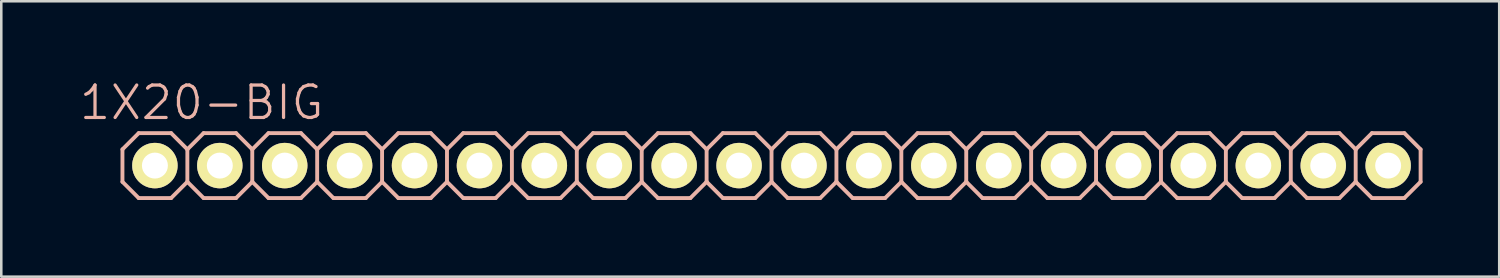
<source format=kicad_pcb>
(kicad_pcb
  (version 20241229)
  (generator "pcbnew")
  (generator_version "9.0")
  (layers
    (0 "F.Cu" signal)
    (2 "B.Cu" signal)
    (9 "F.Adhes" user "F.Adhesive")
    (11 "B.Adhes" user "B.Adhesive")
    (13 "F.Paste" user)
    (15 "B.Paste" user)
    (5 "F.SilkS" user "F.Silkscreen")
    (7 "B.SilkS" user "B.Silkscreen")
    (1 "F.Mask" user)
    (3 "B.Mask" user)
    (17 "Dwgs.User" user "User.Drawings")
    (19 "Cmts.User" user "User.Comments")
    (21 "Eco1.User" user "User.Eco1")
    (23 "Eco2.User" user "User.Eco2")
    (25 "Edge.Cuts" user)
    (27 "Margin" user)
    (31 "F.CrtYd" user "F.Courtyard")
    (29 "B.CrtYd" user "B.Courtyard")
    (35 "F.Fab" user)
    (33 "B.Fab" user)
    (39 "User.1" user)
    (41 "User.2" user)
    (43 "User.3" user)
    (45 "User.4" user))
  (footprint "1X20-BIG"
    (layer "F.Cu")
    (at 27.142 3.43)
    (property "Reference" "1X20-BIG" (at -22.301 -2.464 0) (layer "B.SilkS") (effects (font (size 1.27 1.27) (thickness 0.127))))
    (attr exclude_from_pos_files exclude_from_bom)
    (fp_line (start -24.384 -0.254) (end -23.876 -0.254) (stroke (width 0.066) (type solid)) (layer "F.SilkS"))
    (fp_line (start -24.384 0.254) (end -24.384 -0.254) (stroke (width 0.066) (type solid)) (layer "F.SilkS"))
    (fp_line (start -24.384 0.254) (end -23.876 0.254) (stroke (width 0.066) (type solid)) (layer "F.SilkS"))
    (fp_line (start -23.876 0.254) (end -23.876 -0.254) (stroke (width 0.066) (type solid)) (layer "F.SilkS"))
    (fp_line (start -21.844 -0.254) (end -21.336 -0.254) (stroke (width 0.066) (type solid)) (layer "F.SilkS"))
    (fp_line (start -21.844 0.254) (end -21.844 -0.254) (stroke (width 0.066) (type solid)) (layer "F.SilkS"))
    (fp_line (start -21.844 0.254) (end -21.336 0.254) (stroke (width 0.066) (type solid)) (layer "F.SilkS"))
    (fp_line (start -21.336 0.254) (end -21.336 -0.254) (stroke (width 0.066) (type solid)) (layer "F.SilkS"))
    (fp_line (start -19.304 -0.254) (end -18.796 -0.254) (stroke (width 0.066) (type solid)) (layer "F.SilkS"))
    (fp_line (start -19.304 0.254) (end -19.304 -0.254) (stroke (width 0.066) (type solid)) (layer "F.SilkS"))
    (fp_line (start -19.304 0.254) (end -18.796 0.254) (stroke (width 0.066) (type solid)) (layer "F.SilkS"))
    (fp_line (start -18.796 0.254) (end -18.796 -0.254) (stroke (width 0.066) (type solid)) (layer "F.SilkS"))
    (fp_line (start -16.764 -0.254) (end -16.256 -0.254) (stroke (width 0.066) (type solid)) (layer "F.SilkS"))
    (fp_line (start -16.764 0.254) (end -16.764 -0.254) (stroke (width 0.066) (type solid)) (layer "F.SilkS"))
    (fp_line (start -16.764 0.254) (end -16.256 0.254) (stroke (width 0.066) (type solid)) (layer "F.SilkS"))
    (fp_line (start -16.256 0.254) (end -16.256 -0.254) (stroke (width 0.066) (type solid)) (layer "F.SilkS"))
    (fp_line (start -14.224 -0.254) (end -13.716 -0.254) (stroke (width 0.066) (type solid)) (layer "F.SilkS"))
    (fp_line (start -14.224 0.254) (end -14.224 -0.254) (stroke (width 0.066) (type solid)) (layer "F.SilkS"))
    (fp_line (start -14.224 0.254) (end -13.716 0.254) (stroke (width 0.066) (type solid)) (layer "F.SilkS"))
    (fp_line (start -13.716 0.254) (end -13.716 -0.254) (stroke (width 0.066) (type solid)) (layer "F.SilkS"))
    (fp_line (start -11.684 -0.254) (end -11.176 -0.254) (stroke (width 0.066) (type solid)) (layer "F.SilkS"))
    (fp_line (start -11.684 0.254) (end -11.684 -0.254) (stroke (width 0.066) (type solid)) (layer "F.SilkS"))
    (fp_line (start -11.684 0.254) (end -11.176 0.254) (stroke (width 0.066) (type solid)) (layer "F.SilkS"))
    (fp_line (start -11.176 0.254) (end -11.176 -0.254) (stroke (width 0.066) (type solid)) (layer "F.SilkS"))
    (fp_line (start -9.144 -0.254) (end -8.636 -0.254) (stroke (width 0.066) (type solid)) (layer "F.SilkS"))
    (fp_line (start -9.144 0.254) (end -9.144 -0.254) (stroke (width 0.066) (type solid)) (layer "F.SilkS"))
    (fp_line (start -9.144 0.254) (end -8.636 0.254) (stroke (width 0.066) (type solid)) (layer "F.SilkS"))
    (fp_line (start -8.636 0.254) (end -8.636 -0.254) (stroke (width 0.066) (type solid)) (layer "F.SilkS"))
    (fp_line (start -6.604 -0.254) (end -6.096 -0.254) (stroke (width 0.066) (type solid)) (layer "F.SilkS"))
    (fp_line (start -6.604 0.254) (end -6.604 -0.254) (stroke (width 0.066) (type solid)) (layer "F.SilkS"))
    (fp_line (start -6.604 0.254) (end -6.096 0.254) (stroke (width 0.066) (type solid)) (layer "F.SilkS"))
    (fp_line (start -6.096 0.254) (end -6.096 -0.254) (stroke (width 0.066) (type solid)) (layer "F.SilkS"))
    (fp_line (start -4.064 -0.254) (end -3.556 -0.254) (stroke (width 0.066) (type solid)) (layer "F.SilkS"))
    (fp_line (start -4.064 0.254) (end -4.064 -0.254) (stroke (width 0.066) (type solid)) (layer "F.SilkS"))
    (fp_line (start -4.064 0.254) (end -3.556 0.254) (stroke (width 0.066) (type solid)) (layer "F.SilkS"))
    (fp_line (start -3.556 0.254) (end -3.556 -0.254) (stroke (width 0.066) (type solid)) (layer "F.SilkS"))
    (fp_line (start -1.524 -0.254) (end -1.016 -0.254) (stroke (width 0.066) (type solid)) (layer "F.SilkS"))
    (fp_line (start -1.524 0.254) (end -1.524 -0.254) (stroke (width 0.066) (type solid)) (layer "F.SilkS"))
    (fp_line (start -1.524 0.254) (end -1.016 0.254) (stroke (width 0.066) (type solid)) (layer "F.SilkS"))
    (fp_line (start -1.016 0.254) (end -1.016 -0.254) (stroke (width 0.066) (type solid)) (layer "F.SilkS"))
    (fp_line (start 1.016 -0.254) (end 1.524 -0.254) (stroke (width 0.066) (type solid)) (layer "F.SilkS"))
    (fp_line (start 1.016 0.254) (end 1.016 -0.254) (stroke (width 0.066) (type solid)) (layer "F.SilkS"))
    (fp_line (start 1.016 0.254) (end 1.524 0.254) (stroke (width 0.066) (type solid)) (layer "F.SilkS"))
    (fp_line (start 1.524 0.254) (end 1.524 -0.254) (stroke (width 0.066) (type solid)) (layer "F.SilkS"))
    (fp_line (start 3.556 -0.254) (end 4.064 -0.254) (stroke (width 0.066) (type solid)) (layer "F.SilkS"))
    (fp_line (start 3.556 0.254) (end 3.556 -0.254) (stroke (width 0.066) (type solid)) (layer "F.SilkS"))
    (fp_line (start 3.556 0.254) (end 4.064 0.254) (stroke (width 0.066) (type solid)) (layer "F.SilkS"))
    (fp_line (start 4.064 0.254) (end 4.064 -0.254) (stroke (width 0.066) (type solid)) (layer "F.SilkS"))
    (fp_line (start 6.096 -0.254) (end 6.604 -0.254) (stroke (width 0.066) (type solid)) (layer "F.SilkS"))
    (fp_line (start 6.096 0.254) (end 6.096 -0.254) (stroke (width 0.066) (type solid)) (layer "F.SilkS"))
    (fp_line (start 6.096 0.254) (end 6.604 0.254) (stroke (width 0.066) (type solid)) (layer "F.SilkS"))
    (fp_line (start 6.604 0.254) (end 6.604 -0.254) (stroke (width 0.066) (type solid)) (layer "F.SilkS"))
    (fp_line (start 8.636 -0.254) (end 9.144 -0.254) (stroke (width 0.066) (type solid)) (layer "F.SilkS"))
    (fp_line (start 8.636 0.254) (end 8.636 -0.254) (stroke (width 0.066) (type solid)) (layer "F.SilkS"))
    (fp_line (start 8.636 0.254) (end 9.144 0.254) (stroke (width 0.066) (type solid)) (layer "F.SilkS"))
    (fp_line (start 9.144 0.254) (end 9.144 -0.254) (stroke (width 0.066) (type solid)) (layer "F.SilkS"))
    (fp_line (start 11.176 -0.254) (end 11.684 -0.254) (stroke (width 0.066) (type solid)) (layer "F.SilkS"))
    (fp_line (start 11.176 0.254) (end 11.176 -0.254) (stroke (width 0.066) (type solid)) (layer "F.SilkS"))
    (fp_line (start 11.176 0.254) (end 11.684 0.254) (stroke (width 0.066) (type solid)) (layer "F.SilkS"))
    (fp_line (start 11.684 0.254) (end 11.684 -0.254) (stroke (width 0.066) (type solid)) (layer "F.SilkS"))
    (fp_line (start 13.716 -0.254) (end 14.224 -0.254) (stroke (width 0.066) (type solid)) (layer "F.SilkS"))
    (fp_line (start 13.716 0.254) (end 13.716 -0.254) (stroke (width 0.066) (type solid)) (layer "F.SilkS"))
    (fp_line (start 13.716 0.254) (end 14.224 0.254) (stroke (width 0.066) (type solid)) (layer "F.SilkS"))
    (fp_line (start 14.224 0.254) (end 14.224 -0.254) (stroke (width 0.066) (type solid)) (layer "F.SilkS"))
    (fp_line (start 16.256 -0.254) (end 16.764 -0.254) (stroke (width 0.066) (type solid)) (layer "F.SilkS"))
    (fp_line (start 16.256 0.254) (end 16.256 -0.254) (stroke (width 0.066) (type solid)) (layer "F.SilkS"))
    (fp_line (start 16.256 0.254) (end 16.764 0.254) (stroke (width 0.066) (type solid)) (layer "F.SilkS"))
    (fp_line (start 16.764 0.254) (end 16.764 -0.254) (stroke (width 0.066) (type solid)) (layer "F.SilkS"))
    (fp_line (start 18.796 -0.254) (end 19.304 -0.254) (stroke (width 0.066) (type solid)) (layer "F.SilkS"))
    (fp_line (start 18.796 0.254) (end 18.796 -0.254) (stroke (width 0.066) (type solid)) (layer "F.SilkS"))
    (fp_line (start 18.796 0.254) (end 19.304 0.254) (stroke (width 0.066) (type solid)) (layer "F.SilkS"))
    (fp_line (start 19.304 0.254) (end 19.304 -0.254) (stroke (width 0.066) (type solid)) (layer "F.SilkS"))
    (fp_line (start 21.336 -0.254) (end 21.844 -0.254) (stroke (width 0.066) (type solid)) (layer "F.SilkS"))
    (fp_line (start 21.336 0.254) (end 21.336 -0.254) (stroke (width 0.066) (type solid)) (layer "F.SilkS"))
    (fp_line (start 21.336 0.254) (end 21.844 0.254) (stroke (width 0.066) (type solid)) (layer "F.SilkS"))
    (fp_line (start 21.844 0.254) (end 21.844 -0.254) (stroke (width 0.066) (type solid)) (layer "F.SilkS"))
    (fp_line (start 23.876 -0.254) (end 24.384 -0.254) (stroke (width 0.066) (type solid)) (layer "F.SilkS"))
    (fp_line (start 23.876 0.254) (end 23.876 -0.254) (stroke (width 0.066) (type solid)) (layer "F.SilkS"))
    (fp_line (start 23.876 0.254) (end 24.384 0.254) (stroke (width 0.066) (type solid)) (layer "F.SilkS"))
    (fp_line (start 24.384 0.254) (end 24.384 -0.254) (stroke (width 0.066) (type solid)) (layer "F.SilkS"))
    (fp_line (start -25.4 -0.635) (end -25.4 0.635) (stroke (width 0.152) (type solid)) (layer "B.SilkS"))
    (fp_line (start -25.4 0.635) (end -24.765 1.27) (stroke (width 0.152) (type solid)) (layer "B.SilkS"))
    (fp_line (start -24.765 -1.27) (end -25.4 -0.635) (stroke (width 0.152) (type solid)) (layer "B.SilkS"))
    (fp_line (start -24.765 -1.27) (end -23.495 -1.27) (stroke (width 0.152) (type solid)) (layer "B.SilkS"))
    (fp_line (start -23.495 -1.27) (end -22.86 -0.635) (stroke (width 0.152) (type solid)) (layer "B.SilkS"))
    (fp_line (start -23.495 1.27) (end -24.765 1.27) (stroke (width 0.152) (type solid)) (layer "B.SilkS"))
    (fp_line (start -22.86 -0.635) (end -22.86 0.635) (stroke (width 0.152) (type solid)) (layer "B.SilkS"))
    (fp_line (start -22.86 -0.635) (end -22.225 -1.27) (stroke (width 0.152) (type solid)) (layer "B.SilkS"))
    (fp_line (start -22.86 0.635) (end -23.495 1.27) (stroke (width 0.152) (type solid)) (layer "B.SilkS"))
    (fp_line (start -22.225 -1.27) (end -20.955 -1.27) (stroke (width 0.152) (type solid)) (layer "B.SilkS"))
    (fp_line (start -22.225 1.27) (end -22.86 0.635) (stroke (width 0.152) (type solid)) (layer "B.SilkS"))
    (fp_line (start -20.955 -1.27) (end -20.32 -0.635) (stroke (width 0.152) (type solid)) (layer "B.SilkS"))
    (fp_line (start -20.955 1.27) (end -22.225 1.27) (stroke (width 0.152) (type solid)) (layer "B.SilkS"))
    (fp_line (start -20.32 -0.635) (end -20.32 0.635) (stroke (width 0.152) (type solid)) (layer "B.SilkS"))
    (fp_line (start -20.32 -0.635) (end -19.685 -1.27) (stroke (width 0.152) (type solid)) (layer "B.SilkS"))
    (fp_line (start -20.32 0.635) (end -20.955 1.27) (stroke (width 0.152) (type solid)) (layer "B.SilkS"))
    (fp_line (start -19.685 -1.27) (end -18.415 -1.27) (stroke (width 0.152) (type solid)) (layer "B.SilkS"))
    (fp_line (start -19.685 1.27) (end -20.32 0.635) (stroke (width 0.152) (type solid)) (layer "B.SilkS"))
    (fp_line (start -18.415 -1.27) (end -17.78 -0.635) (stroke (width 0.152) (type solid)) (layer "B.SilkS"))
    (fp_line (start -18.415 1.27) (end -19.685 1.27) (stroke (width 0.152) (type solid)) (layer "B.SilkS"))
    (fp_line (start -17.78 -0.635) (end -17.78 0.635) (stroke (width 0.152) (type solid)) (layer "B.SilkS"))
    (fp_line (start -17.78 0.635) (end -18.415 1.27) (stroke (width 0.152) (type solid)) (layer "B.SilkS"))
    (fp_line (start -17.78 0.635) (end -17.145 1.27) (stroke (width 0.152) (type solid)) (layer "B.SilkS"))
    (fp_line (start -17.145 -1.27) (end -17.78 -0.635) (stroke (width 0.152) (type solid)) (layer "B.SilkS"))
    (fp_line (start -17.145 -1.27) (end -15.875 -1.27) (stroke (width 0.152) (type solid)) (layer "B.SilkS"))
    (fp_line (start -15.875 -1.27) (end -15.24 -0.635) (stroke (width 0.152) (type solid)) (layer "B.SilkS"))
    (fp_line (start -15.875 1.27) (end -17.145 1.27) (stroke (width 0.152) (type solid)) (layer "B.SilkS"))
    (fp_line (start -15.24 -0.635) (end -15.24 0.635) (stroke (width 0.152) (type solid)) (layer "B.SilkS"))
    (fp_line (start -15.24 -0.635) (end -14.605 -1.27) (stroke (width 0.152) (type solid)) (layer "B.SilkS"))
    (fp_line (start -15.24 0.635) (end -15.875 1.27) (stroke (width 0.152) (type solid)) (layer "B.SilkS"))
    (fp_line (start -14.605 -1.27) (end -13.335 -1.27) (stroke (width 0.152) (type solid)) (layer "B.SilkS"))
    (fp_line (start -14.605 1.27) (end -15.24 0.635) (stroke (width 0.152) (type solid)) (layer "B.SilkS"))
    (fp_line (start -13.335 -1.27) (end -12.7 -0.635) (stroke (width 0.152) (type solid)) (layer "B.SilkS"))
    (fp_line (start -13.335 1.27) (end -14.605 1.27) (stroke (width 0.152) (type solid)) (layer "B.SilkS"))
    (fp_line (start -12.7 -0.635) (end -12.7 0.635) (stroke (width 0.152) (type solid)) (layer "B.SilkS"))
    (fp_line (start -12.7 -0.635) (end -12.065 -1.27) (stroke (width 0.152) (type solid)) (layer "B.SilkS"))
    (fp_line (start -12.7 0.635) (end -13.335 1.27) (stroke (width 0.152) (type solid)) (layer "B.SilkS"))
    (fp_line (start -12.065 -1.27) (end -10.795 -1.27) (stroke (width 0.152) (type solid)) (layer "B.SilkS"))
    (fp_line (start -12.065 1.27) (end -12.7 0.635) (stroke (width 0.152) (type solid)) (layer "B.SilkS"))
    (fp_line (start -10.795 -1.27) (end -10.16 -0.635) (stroke (width 0.152) (type solid)) (layer "B.SilkS"))
    (fp_line (start -10.795 1.27) (end -12.065 1.27) (stroke (width 0.152) (type solid)) (layer "B.SilkS"))
    (fp_line (start -10.16 -0.635) (end -10.16 0.635) (stroke (width 0.152) (type solid)) (layer "B.SilkS"))
    (fp_line (start -10.16 0.635) (end -10.795 1.27) (stroke (width 0.152) (type solid)) (layer "B.SilkS"))
    (fp_line (start -10.16 0.635) (end -9.525 1.27) (stroke (width 0.152) (type solid)) (layer "B.SilkS"))
    (fp_line (start -9.525 -1.27) (end -10.16 -0.635) (stroke (width 0.152) (type solid)) (layer "B.SilkS"))
    (fp_line (start -9.525 -1.27) (end -8.255 -1.27) (stroke (width 0.152) (type solid)) (layer "B.SilkS"))
    (fp_line (start -8.255 -1.27) (end -7.62 -0.635) (stroke (width 0.152) (type solid)) (layer "B.SilkS"))
    (fp_line (start -8.255 1.27) (end -9.525 1.27) (stroke (width 0.152) (type solid)) (layer "B.SilkS"))
    (fp_line (start -7.62 -0.635) (end -7.62 0.635) (stroke (width 0.152) (type solid)) (layer "B.SilkS"))
    (fp_line (start -7.62 -0.635) (end -6.985 -1.27) (stroke (width 0.152) (type solid)) (layer "B.SilkS"))
    (fp_line (start -7.62 0.635) (end -8.255 1.27) (stroke (width 0.152) (type solid)) (layer "B.SilkS"))
    (fp_line (start -6.985 -1.27) (end -5.715 -1.27) (stroke (width 0.152) (type solid)) (layer "B.SilkS"))
    (fp_line (start -6.985 1.27) (end -7.62 0.635) (stroke (width 0.152) (type solid)) (layer "B.SilkS"))
    (fp_line (start -5.715 -1.27) (end -5.08 -0.635) (stroke (width 0.152) (type solid)) (layer "B.SilkS"))
    (fp_line (start -5.715 1.27) (end -6.985 1.27) (stroke (width 0.152) (type solid)) (layer "B.SilkS"))
    (fp_line (start -5.08 -0.635) (end -5.08 0.635) (stroke (width 0.152) (type solid)) (layer "B.SilkS"))
    (fp_line (start -5.08 -0.635) (end -4.445 -1.27) (stroke (width 0.152) (type solid)) (layer "B.SilkS"))
    (fp_line (start -5.08 0.635) (end -5.715 1.27) (stroke (width 0.152) (type solid)) (layer "B.SilkS"))
    (fp_line (start -4.445 -1.27) (end -3.175 -1.27) (stroke (width 0.152) (type solid)) (layer "B.SilkS"))
    (fp_line (start -4.445 1.27) (end -5.08 0.635) (stroke (width 0.152) (type solid)) (layer "B.SilkS"))
    (fp_line (start -3.175 -1.27) (end -2.54 -0.635) (stroke (width 0.152) (type solid)) (layer "B.SilkS"))
    (fp_line (start -3.175 1.27) (end -4.445 1.27) (stroke (width 0.152) (type solid)) (layer "B.SilkS"))
    (fp_line (start -2.54 -0.635) (end -2.54 0.635) (stroke (width 0.152) (type solid)) (layer "B.SilkS"))
    (fp_line (start -2.54 0.635) (end -3.175 1.27) (stroke (width 0.152) (type solid)) (layer "B.SilkS"))
    (fp_line (start -2.54 0.635) (end -1.905 1.27) (stroke (width 0.152) (type solid)) (layer "B.SilkS"))
    (fp_line (start -1.905 -1.27) (end -2.54 -0.635) (stroke (width 0.152) (type solid)) (layer "B.SilkS"))
    (fp_line (start -1.905 -1.27) (end -0.635 -1.27) (stroke (width 0.152) (type solid)) (layer "B.SilkS"))
    (fp_line (start -0.635 -1.27) (end 0 -0.635) (stroke (width 0.152) (type solid)) (layer "B.SilkS"))
    (fp_line (start -0.635 1.27) (end -1.905 1.27) (stroke (width 0.152) (type solid)) (layer "B.SilkS"))
    (fp_line (start 0 -0.635) (end 0 0.635) (stroke (width 0.152) (type solid)) (layer "B.SilkS"))
    (fp_line (start 0 -0.635) (end 0.635 -1.27) (stroke (width 0.152) (type solid)) (layer "B.SilkS"))
    (fp_line (start 0 0.635) (end -0.635 1.27) (stroke (width 0.152) (type solid)) (layer "B.SilkS"))
    (fp_line (start 0.635 -1.27) (end 1.905 -1.27) (stroke (width 0.152) (type solid)) (layer "B.SilkS"))
    (fp_line (start 0.635 1.27) (end 0 0.635) (stroke (width 0.152) (type solid)) (layer "B.SilkS"))
    (fp_line (start 1.905 -1.27) (end 2.54 -0.635) (stroke (width 0.152) (type solid)) (layer "B.SilkS"))
    (fp_line (start 1.905 1.27) (end 0.635 1.27) (stroke (width 0.152) (type solid)) (layer "B.SilkS"))
    (fp_line (start 2.54 -0.635) (end 2.54 0.635) (stroke (width 0.152) (type solid)) (layer "B.SilkS"))
    (fp_line (start 2.54 -0.635) (end 3.175 -1.27) (stroke (width 0.152) (type solid)) (layer "B.SilkS"))
    (fp_line (start 2.54 0.635) (end 1.905 1.27) (stroke (width 0.152) (type solid)) (layer "B.SilkS"))
    (fp_line (start 3.175 -1.27) (end 4.445 -1.27) (stroke (width 0.152) (type solid)) (layer "B.SilkS"))
    (fp_line (start 3.175 1.27) (end 2.54 0.635) (stroke (width 0.152) (type solid)) (layer "B.SilkS"))
    (fp_line (start 4.445 -1.27) (end 5.08 -0.635) (stroke (width 0.152) (type solid)) (layer "B.SilkS"))
    (fp_line (start 4.445 1.27) (end 3.175 1.27) (stroke (width 0.152) (type solid)) (layer "B.SilkS"))
    (fp_line (start 5.08 -0.635) (end 5.08 0.635) (stroke (width 0.152) (type solid)) (layer "B.SilkS"))
    (fp_line (start 5.08 0.635) (end 4.445 1.27) (stroke (width 0.152) (type solid)) (layer "B.SilkS"))
    (fp_line (start 5.08 0.635) (end 5.715 1.27) (stroke (width 0.152) (type solid)) (layer "B.SilkS"))
    (fp_line (start 5.715 -1.27) (end 5.08 -0.635) (stroke (width 0.152) (type solid)) (layer "B.SilkS"))
    (fp_line (start 5.715 -1.27) (end 6.985 -1.27) (stroke (width 0.152) (type solid)) (layer "B.SilkS"))
    (fp_line (start 6.985 -1.27) (end 7.62 -0.635) (stroke (width 0.152) (type solid)) (layer "B.SilkS"))
    (fp_line (start 6.985 1.27) (end 5.715 1.27) (stroke (width 0.152) (type solid)) (layer "B.SilkS"))
    (fp_line (start 7.62 -0.635) (end 7.62 0.635) (stroke (width 0.152) (type solid)) (layer "B.SilkS"))
    (fp_line (start 7.62 -0.635) (end 8.255 -1.27) (stroke (width 0.152) (type solid)) (layer "B.SilkS"))
    (fp_line (start 7.62 0.635) (end 6.985 1.27) (stroke (width 0.152) (type solid)) (layer "B.SilkS"))
    (fp_line (start 8.255 -1.27) (end 9.525 -1.27) (stroke (width 0.152) (type solid)) (layer "B.SilkS"))
    (fp_line (start 8.255 1.27) (end 7.62 0.635) (stroke (width 0.152) (type solid)) (layer "B.SilkS"))
    (fp_line (start 9.525 -1.27) (end 10.16 -0.635) (stroke (width 0.152) (type solid)) (layer "B.SilkS"))
    (fp_line (start 9.525 1.27) (end 8.255 1.27) (stroke (width 0.152) (type solid)) (layer "B.SilkS"))
    (fp_line (start 10.16 -0.635) (end 10.16 0.635) (stroke (width 0.152) (type solid)) (layer "B.SilkS"))
    (fp_line (start 10.16 -0.635) (end 10.795 -1.27) (stroke (width 0.152) (type solid)) (layer "B.SilkS"))
    (fp_line (start 10.16 0.635) (end 9.525 1.27) (stroke (width 0.152) (type solid)) (layer "B.SilkS"))
    (fp_line (start 10.795 -1.27) (end 12.065 -1.27) (stroke (width 0.152) (type solid)) (layer "B.SilkS"))
    (fp_line (start 10.795 1.27) (end 10.16 0.635) (stroke (width 0.152) (type solid)) (layer "B.SilkS"))
    (fp_line (start 12.065 -1.27) (end 12.7 -0.635) (stroke (width 0.152) (type solid)) (layer "B.SilkS"))
    (fp_line (start 12.065 1.27) (end 10.795 1.27) (stroke (width 0.152) (type solid)) (layer "B.SilkS"))
    (fp_line (start 12.7 -0.635) (end 12.7 0.635) (stroke (width 0.152) (type solid)) (layer "B.SilkS"))
    (fp_line (start 12.7 0.635) (end 12.065 1.27) (stroke (width 0.152) (type solid)) (layer "B.SilkS"))
    (fp_line (start 12.7 0.635) (end 13.335 1.27) (stroke (width 0.152) (type solid)) (layer "B.SilkS"))
    (fp_line (start 13.335 -1.27) (end 12.7 -0.635) (stroke (width 0.152) (type solid)) (layer "B.SilkS"))
    (fp_line (start 13.335 -1.27) (end 14.605 -1.27) (stroke (width 0.152) (type solid)) (layer "B.SilkS"))
    (fp_line (start 14.605 -1.27) (end 15.24 -0.635) (stroke (width 0.152) (type solid)) (layer "B.SilkS"))
    (fp_line (start 14.605 1.27) (end 13.335 1.27) (stroke (width 0.152) (type solid)) (layer "B.SilkS"))
    (fp_line (start 15.24 -0.635) (end 15.24 0.635) (stroke (width 0.152) (type solid)) (layer "B.SilkS"))
    (fp_line (start 15.24 -0.635) (end 15.875 -1.27) (stroke (width 0.152) (type solid)) (layer "B.SilkS"))
    (fp_line (start 15.24 0.635) (end 14.605 1.27) (stroke (width 0.152) (type solid)) (layer "B.SilkS"))
    (fp_line (start 15.875 -1.27) (end 17.145 -1.27) (stroke (width 0.152) (type solid)) (layer "B.SilkS"))
    (fp_line (start 15.875 1.27) (end 15.24 0.635) (stroke (width 0.152) (type solid)) (layer "B.SilkS"))
    (fp_line (start 17.145 -1.27) (end 17.78 -0.635) (stroke (width 0.152) (type solid)) (layer "B.SilkS"))
    (fp_line (start 17.145 1.27) (end 15.875 1.27) (stroke (width 0.152) (type solid)) (layer "B.SilkS"))
    (fp_line (start 17.78 -0.635) (end 17.78 0.635) (stroke (width 0.152) (type solid)) (layer "B.SilkS"))
    (fp_line (start 17.78 -0.635) (end 18.415 -1.27) (stroke (width 0.152) (type solid)) (layer "B.SilkS"))
    (fp_line (start 17.78 0.635) (end 17.145 1.27) (stroke (width 0.152) (type solid)) (layer "B.SilkS"))
    (fp_line (start 18.415 -1.27) (end 19.685 -1.27) (stroke (width 0.152) (type solid)) (layer "B.SilkS"))
    (fp_line (start 18.415 1.27) (end 17.78 0.635) (stroke (width 0.152) (type solid)) (layer "B.SilkS"))
    (fp_line (start 19.685 -1.27) (end 20.32 -0.635) (stroke (width 0.152) (type solid)) (layer "B.SilkS"))
    (fp_line (start 19.685 1.27) (end 18.415 1.27) (stroke (width 0.152) (type solid)) (layer "B.SilkS"))
    (fp_line (start 20.32 -0.635) (end 20.32 0.635) (stroke (width 0.152) (type solid)) (layer "B.SilkS"))
    (fp_line (start 20.32 0.635) (end 19.685 1.27) (stroke (width 0.152) (type solid)) (layer "B.SilkS"))
    (fp_line (start 20.32 0.635) (end 20.955 1.27) (stroke (width 0.152) (type solid)) (layer "B.SilkS"))
    (fp_line (start 20.955 -1.27) (end 20.32 -0.635) (stroke (width 0.152) (type solid)) (layer "B.SilkS"))
    (fp_line (start 20.955 -1.27) (end 22.225 -1.27) (stroke (width 0.152) (type solid)) (layer "B.SilkS"))
    (fp_line (start 22.225 -1.27) (end 22.86 -0.635) (stroke (width 0.152) (type solid)) (layer "B.SilkS"))
    (fp_line (start 22.225 1.27) (end 20.955 1.27) (stroke (width 0.152) (type solid)) (layer "B.SilkS"))
    (fp_line (start 22.86 -0.635) (end 22.86 0.635) (stroke (width 0.152) (type solid)) (layer "B.SilkS"))
    (fp_line (start 22.86 0.635) (end 22.225 1.27) (stroke (width 0.152) (type solid)) (layer "B.SilkS"))
    (fp_line (start 22.86 0.635) (end 23.495 1.27) (stroke (width 0.152) (type solid)) (layer "B.SilkS"))
    (fp_line (start 23.495 -1.27) (end 22.86 -0.635) (stroke (width 0.152) (type solid)) (layer "B.SilkS"))
    (fp_line (start 23.495 -1.27) (end 24.765 -1.27) (stroke (width 0.152) (type solid)) (layer "B.SilkS"))
    (fp_line (start 24.765 -1.27) (end 25.4 -0.635) (stroke (width 0.152) (type solid)) (layer "B.SilkS"))
    (fp_line (start 24.765 1.27) (end 23.495 1.27) (stroke (width 0.152) (type solid)) (layer "B.SilkS"))
    (fp_line (start 25.4 -0.635) (end 25.4 0.635) (stroke (width 0.152) (type solid)) (layer "B.SilkS"))
    (fp_line (start 25.4 0.635) (end 24.765 1.27) (stroke (width 0.152) (type solid)) (layer "B.SilkS"))
    (pad "1" thru_hole circle (at -24.13 0) (size 1.778 1.778) (drill 1.016) (layers "*.Cu" "F.Mask" "F.SilkS" "F.Paste"))
    (pad "2" thru_hole circle (at -21.59 0) (size 1.778 1.778) (drill 1.016) (layers "*.Cu" "F.Mask" "F.SilkS" "F.Paste"))
    (pad "3" thru_hole circle (at -19.05 0) (size 1.778 1.778) (drill 1.016) (layers "*.Cu" "F.Mask" "F.SilkS" "F.Paste"))
    (pad "4" thru_hole circle (at -16.51 0) (size 1.778 1.778) (drill 1.016) (layers "*.Cu" "F.Mask" "F.SilkS" "F.Paste"))
    (pad "5" thru_hole circle (at -13.97 0) (size 1.778 1.778) (drill 1.016) (layers "*.Cu" "F.Mask" "F.SilkS" "F.Paste"))
    (pad "6" thru_hole circle (at -11.43 0) (size 1.778 1.778) (drill 1.016) (layers "*.Cu" "F.Mask" "F.SilkS" "F.Paste"))
    (pad "7" thru_hole circle (at -8.89 0) (size 1.778 1.778) (drill 1.016) (layers "*.Cu" "F.Mask" "F.SilkS" "F.Paste"))
    (pad "8" thru_hole circle (at -6.35 0) (size 1.778 1.778) (drill 1.016) (layers "*.Cu" "F.Mask" "F.SilkS" "F.Paste"))
    (pad "9" thru_hole circle (at -3.81 0) (size 1.778 1.778) (drill 1.016) (layers "*.Cu" "F.Mask" "F.SilkS" "F.Paste"))
    (pad "10" thru_hole circle (at -1.27 0) (size 1.778 1.778) (drill 1.016) (layers "*.Cu" "F.Mask" "F.SilkS" "F.Paste"))
    (pad "11" thru_hole circle (at 1.27 0) (size 1.778 1.778) (drill 1.016) (layers "*.Cu" "F.Mask" "F.SilkS" "F.Paste"))
    (pad "12" thru_hole circle (at 3.81 0) (size 1.778 1.778) (drill 1.016) (layers "*.Cu" "F.Mask" "F.SilkS" "F.Paste"))
    (pad "13" thru_hole circle (at 6.35 0) (size 1.778 1.778) (drill 1.016) (layers "*.Cu" "F.Mask" "F.SilkS" "F.Paste"))
    (pad "14" thru_hole circle (at 8.89 0) (size 1.778 1.778) (drill 1.016) (layers "*.Cu" "F.Mask" "F.SilkS" "F.Paste"))
    (pad "15" thru_hole circle (at 11.43 0) (size 1.778 1.778) (drill 1.016) (layers "*.Cu" "F.Mask" "F.SilkS" "F.Paste"))
    (pad "16" thru_hole circle (at 13.97 0) (size 1.778 1.778) (drill 1.016) (layers "*.Cu" "F.Mask" "F.SilkS" "F.Paste"))
    (pad "17" thru_hole circle (at 16.51 0) (size 1.778 1.778) (drill 1.016) (layers "*.Cu" "F.Mask" "F.SilkS" "F.Paste"))
    (pad "18" thru_hole circle (at 19.05 0) (size 1.778 1.778) (drill 1.016) (layers "*.Cu" "F.Mask" "F.SilkS" "F.Paste"))
    (pad "19" thru_hole circle (at 21.59 0) (size 1.778 1.778) (drill 1.016) (layers "*.Cu" "F.Mask" "F.SilkS" "F.Paste"))
    (pad "20" thru_hole circle (at 24.13 0) (size 1.778 1.778) (drill 1.016) (layers "*.Cu" "F.Mask" "F.SilkS" "F.Paste")))
  (gr_rect
    (start -3 -3)
    (end 55.619 7.776)
    (stroke (width 0.1) (type default))
    (fill no)
    (layer "Edge.Cuts")))
</source>
